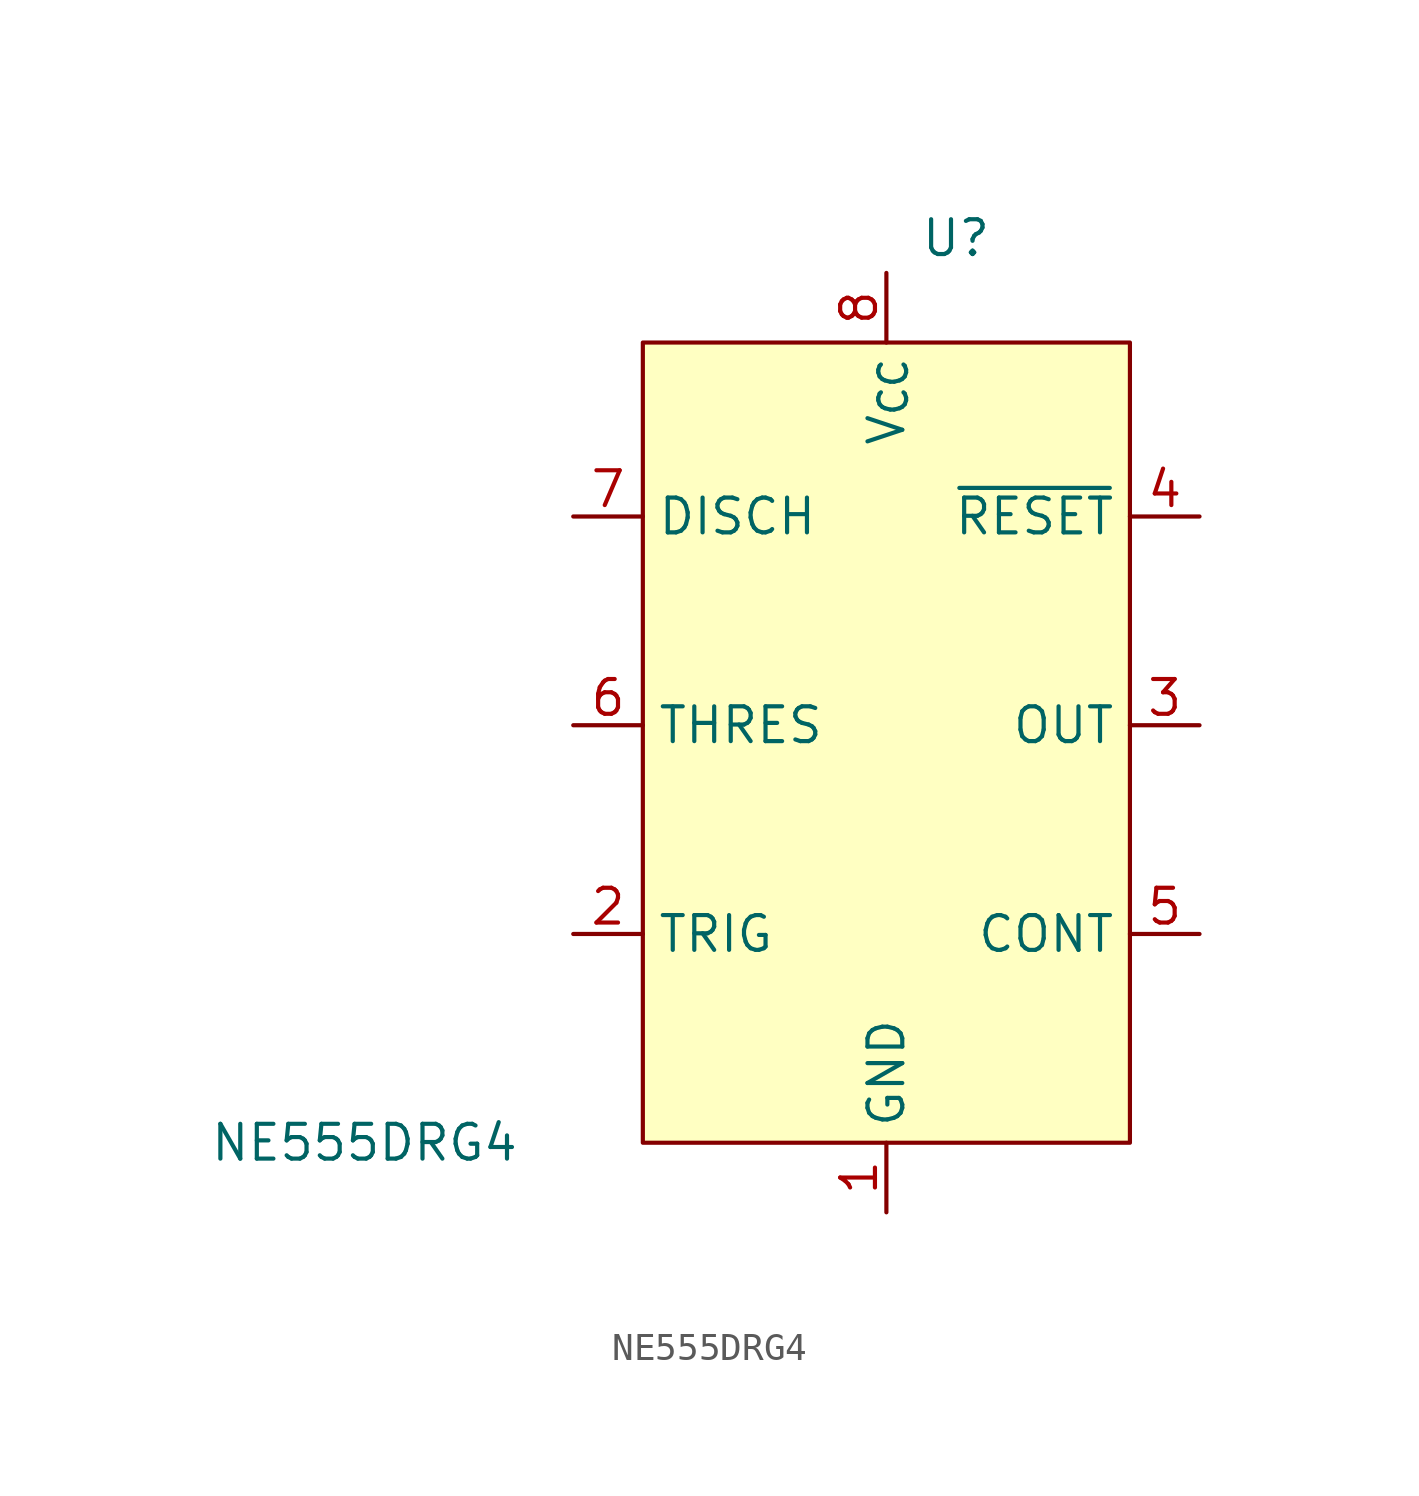
<source format=kicad_sym>
(kicad_symbol_lib
  (version 20220914)
  (generator kicad_symbol_editor)
  (symbol "NE555DRG4"
    (property "Reference" "U"
      (at 21.59 33.02 0)
      (effects (font (size 1.27 1.27))))
    (property "Value" "NE555DRG4"
      (at 0 0 0)
      (effects (font (size 1.27 1.27))))
    (symbol "NE555DRG4_0_0"
      (pin power_in line (at 19.05 -2.54 90) (length 2.54) (name "GND" (effects (font (size 1.27 1.27)))) (number "1" (effects (font (size 1.27 1.27)))))
      (pin input line (at 7.62 7.62 0) (length 2.54) (name "TRIG" (effects (font (size 1.27 1.27)))) (number "2" (effects (font (size 1.27 1.27)))))
      (pin output line (at 30.48 15.24 180) (length 2.54) (name "OUT" (effects (font (size 1.27 1.27)))) (number "3" (effects (font (size 1.27 1.27)))))
      (pin input line (at 30.48 22.86 180) (length 2.54) (name "~{RESET}" (effects (font (size 1.27 1.27)))) (number "4" (effects (font (size 1.27 1.27)))))
      (pin bidirectional line (at 30.48 7.62 180) (length 2.54) (name "CONT" (effects (font (size 1.27 1.27)))) (number "5" (effects (font (size 1.27 1.27)))))
      (pin input line (at 7.62 15.24 0) (length 2.54) (name "THRES" (effects (font (size 1.27 1.27)))) (number "6" (effects (font (size 1.27 1.27)))))
      (pin output line (at 7.62 22.86 0) (length 2.54) (name "DISCH" (effects (font (size 1.27 1.27)))) (number "7" (effects (font (size 1.27 1.27)))))
      (pin power_in line (at 19.05 31.75 270) (length 2.54) (name "V_{CC}" (effects (font (size 1.27 1.27)))) (number "8" (effects (font (size 1.27 1.27))))))
    (symbol "NE555DRG4_1_1"
      (rectangle (start 10.16 29.21) (end 27.94 0) (stroke (width 0) (type default)) (fill (type background))))))
</source>
